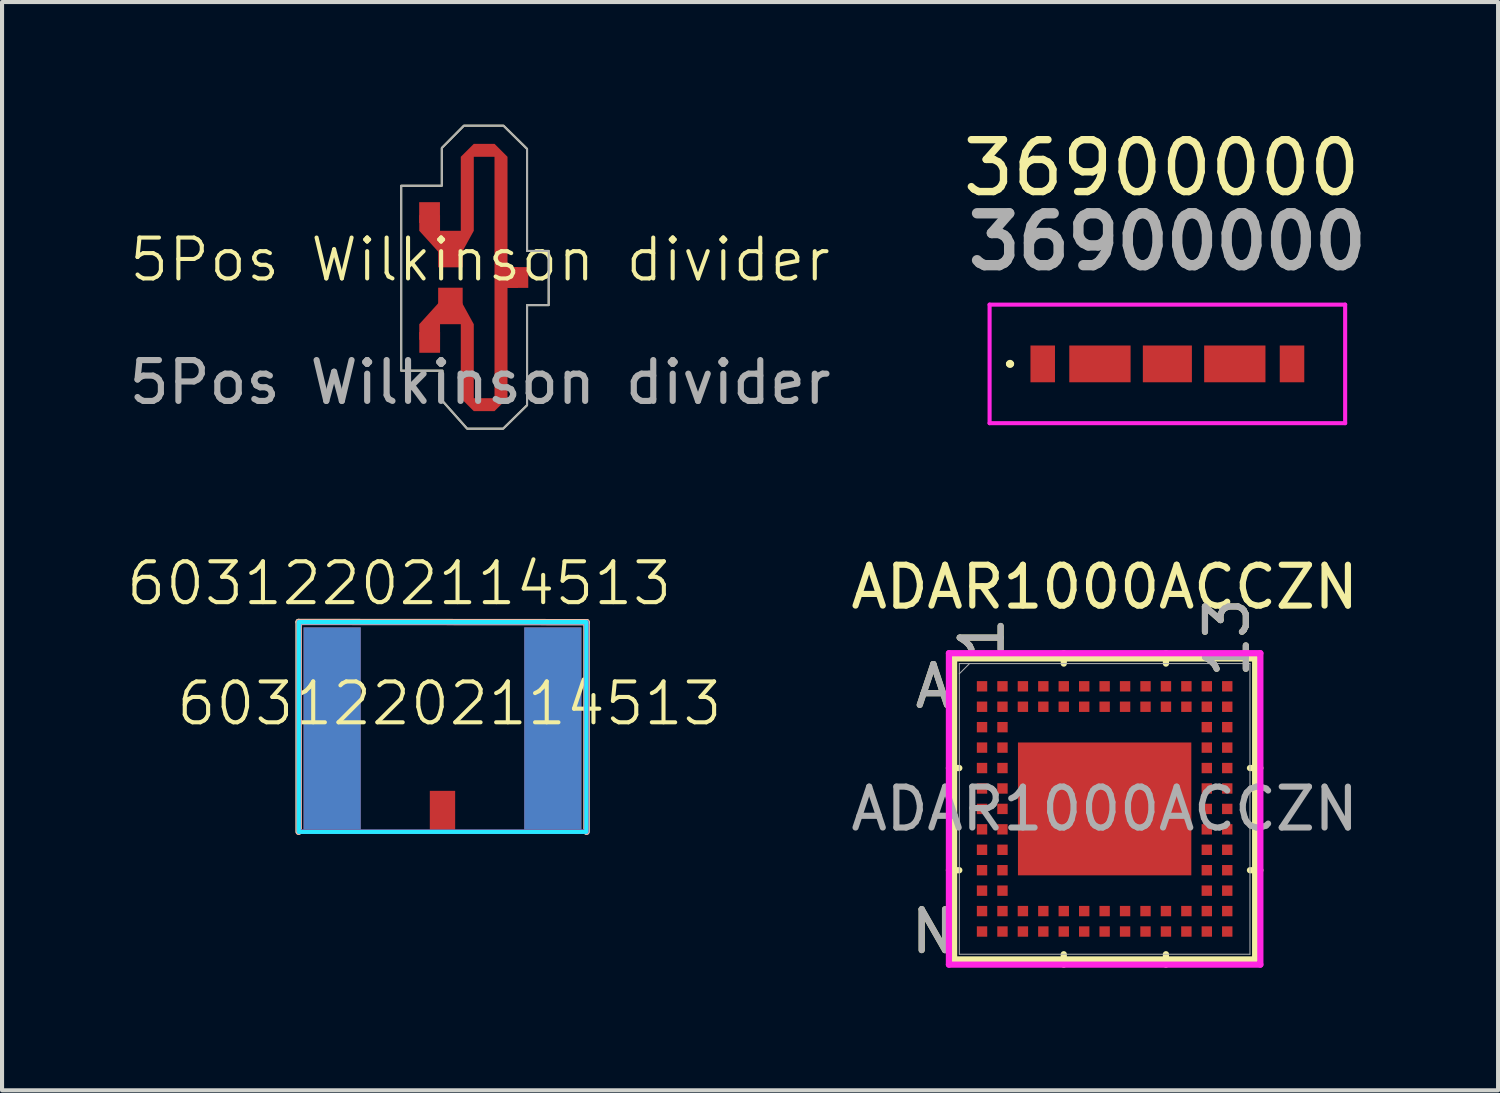
<source format=kicad_pcb>
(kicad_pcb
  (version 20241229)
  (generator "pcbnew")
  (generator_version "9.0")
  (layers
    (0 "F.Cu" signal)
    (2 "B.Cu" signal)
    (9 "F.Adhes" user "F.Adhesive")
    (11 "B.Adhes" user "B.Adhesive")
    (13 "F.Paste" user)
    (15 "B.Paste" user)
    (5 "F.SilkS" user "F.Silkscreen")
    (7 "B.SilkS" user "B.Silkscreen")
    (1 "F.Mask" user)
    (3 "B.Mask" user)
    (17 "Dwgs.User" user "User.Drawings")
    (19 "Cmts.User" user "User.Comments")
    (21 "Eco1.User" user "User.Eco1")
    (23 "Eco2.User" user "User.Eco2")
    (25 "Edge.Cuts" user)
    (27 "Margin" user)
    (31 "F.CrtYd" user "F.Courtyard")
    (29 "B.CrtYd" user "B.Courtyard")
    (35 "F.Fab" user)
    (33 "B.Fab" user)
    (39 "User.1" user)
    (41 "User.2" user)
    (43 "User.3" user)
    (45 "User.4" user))
  (footprint "ADAR1000ACCZN"
    (layer "F.Cu")
    (at 23.979 16.743)
    (property "Reference" "ADAR1000ACCZN" (at 0 -5.43 0) (unlocked yes) (layer "F.SilkS") (effects (font (size 1 1) (thickness 0.15))))
    (attr smd)
    (fp_line (start -3.683 -3.683) (end -3.683 3.683) (stroke (width 0.152) (type solid)) (layer "F.SilkS"))
    (fp_line (start -3.683 3.683) (end 3.683 3.683) (stroke (width 0.152) (type solid)) (layer "F.SilkS"))
    (fp_line (start -3.556 -1) (end -3.81 -1) (stroke (width 0.152) (type solid)) (layer "F.SilkS"))
    (fp_line (start -3.556 1.5) (end -3.81 1.5) (stroke (width 0.152) (type solid)) (layer "F.SilkS"))
    (fp_line (start -1 -3.556) (end -1 -3.81) (stroke (width 0.152) (type solid)) (layer "F.SilkS"))
    (fp_line (start -1 3.556) (end -1 3.81) (stroke (width 0.152) (type solid)) (layer "F.SilkS"))
    (fp_line (start 1.5 -3.556) (end 1.5 -3.81) (stroke (width 0.152) (type solid)) (layer "F.SilkS"))
    (fp_line (start 1.5 3.556) (end 1.5 3.81) (stroke (width 0.152) (type solid)) (layer "F.SilkS"))
    (fp_line (start 3.556 -1) (end 3.81 -1) (stroke (width 0.152) (type solid)) (layer "F.SilkS"))
    (fp_line (start 3.556 1.5) (end 3.81 1.5) (stroke (width 0.152) (type solid)) (layer "F.SilkS"))
    (fp_line (start 3.683 -3.683) (end -3.683 -3.683) (stroke (width 0.152) (type solid)) (layer "F.SilkS"))
    (fp_line (start 3.683 3.683) (end 3.683 -3.683) (stroke (width 0.152) (type solid)) (layer "F.SilkS"))
    (fp_line (start -3.81 -3.81) (end 3.81 -3.81) (stroke (width 0.152) (type solid)) (layer "F.CrtYd"))
    (fp_line (start -3.81 3.81) (end -3.81 -3.81) (stroke (width 0.152) (type solid)) (layer "F.CrtYd"))
    (fp_line (start 3.81 -3.81) (end 3.81 3.81) (stroke (width 0.152) (type solid)) (layer "F.CrtYd"))
    (fp_line (start 3.81 3.81) (end -3.81 3.81) (stroke (width 0.152) (type solid)) (layer "F.CrtYd"))
    (fp_line (start -3.556 -3.556) (end -3.556 3.556) (stroke (width 0.025) (type solid)) (layer "F.Fab"))
    (fp_line (start -3.556 3.556) (end 3.556 3.556) (stroke (width 0.025) (type solid)) (layer "F.Fab"))
    (fp_line (start -3.306 -3.556) (end -3.556 -3.306) (stroke (width 0.025) (type solid)) (layer "F.Fab"))
    (fp_line (start 3.556 -3.556) (end -3.556 -3.556) (stroke (width 0.025) (type solid)) (layer "F.Fab"))
    (fp_line (start 3.556 3.556) (end 3.556 -3.556) (stroke (width 0.025) (type solid)) (layer "F.Fab"))
    (fp_text user "13" (at 3 -4.191 90) (unlocked yes) (layer "F.SilkS") (effects (font (size 1 1) (thickness 0.15))))
    (fp_text user "A" (at -4.191 -3 0) (unlocked yes) (layer "F.SilkS") (effects (font (size 1 1) (thickness 0.15))))
    (fp_text user "1" (at -3 -4.191 90) (unlocked yes) (layer "F.SilkS") (effects (font (size 1 1) (thickness 0.15))))
    (fp_text user "N" (at -4.191 3 0) (unlocked yes) (layer "F.SilkS") (effects (font (size 1 1) (thickness 0.15))))
    (fp_text user "1" (at -3 -4.191 90) (unlocked yes) (layer "F.Fab") (effects (font (size 1 1) (thickness 0.15))))
    (fp_text user "13" (at 3 -4.191 90) (unlocked yes) (layer "F.Fab") (effects (font (size 1 1) (thickness 0.15))))
    (fp_text user "A" (at -4.191 -3 0) (unlocked yes) (layer "F.Fab") (effects (font (size 1 1) (thickness 0.15))))
    (fp_text user "N" (at -4.191 3 0) (unlocked yes) (layer "F.Fab") (effects (font (size 1 1) (thickness 0.15))))
    (fp_text user "${REFERENCE}" (at 0 0 0) (unlocked yes) (layer "F.Fab") (effects (font (size 1 1) (thickness 0.15))))
    (pad "89" smd rect (at 0 0) (size 4.242 3.251) (layers "F.Cu" "F.Mask" "F.Paste"))
    (pad "A1" smd rect (at -3 -3) (size 0.254 0.254) (layers "F.Cu" "F.Mask" "F.Paste"))
    (pad "A2" smd rect (at -2.5 -3) (size 0.254 0.254) (layers "F.Cu" "F.Mask" "F.Paste"))
    (pad "A3" smd rect (at -2 -3) (size 0.254 0.254) (layers "F.Cu" "F.Mask" "F.Paste"))
    (pad "A4" smd rect (at -1.5 -3) (size 0.254 0.254) (layers "F.Cu" "F.Mask" "F.Paste"))
    (pad "A5" smd rect (at -1 -3) (size 0.254 0.254) (layers "F.Cu" "F.Mask" "F.Paste"))
    (pad "A6" smd rect (at -0.5 -3) (size 0.254 0.254) (layers "F.Cu" "F.Mask" "F.Paste"))
    (pad "A7" smd rect (at 0 -3) (size 0.254 0.254) (layers "F.Cu" "F.Mask" "F.Paste"))
    (pad "A8" smd rect (at 0.5 -3) (size 0.254 0.254) (layers "F.Cu" "F.Mask" "F.Paste"))
    (pad "A9" smd rect (at 1 -3) (size 0.254 0.254) (layers "F.Cu" "F.Mask" "F.Paste"))
    (pad "A10" smd rect (at 1.5 -3) (size 0.254 0.254) (layers "F.Cu" "F.Mask" "F.Paste"))
    (pad "A11" smd rect (at 2 -3) (size 0.254 0.254) (layers "F.Cu" "F.Mask" "F.Paste"))
    (pad "A12" smd rect (at 2.5 -3) (size 0.254 0.254) (layers "F.Cu" "F.Mask" "F.Paste"))
    (pad "A13" smd rect (at 3 -3) (size 0.254 0.254) (layers "F.Cu" "F.Mask" "F.Paste"))
    (pad "B1" smd rect (at -3 -2.5) (size 0.254 0.254) (layers "F.Cu" "F.Mask" "F.Paste"))
    (pad "B2" smd rect (at -2.5 -2.5) (size 0.254 0.254) (layers "F.Cu" "F.Mask" "F.Paste"))
    (pad "B3" smd rect (at -2 -2.5) (size 0.254 0.254) (layers "F.Cu" "F.Mask" "F.Paste"))
    (pad "B4" smd rect (at -1.5 -2.5) (size 0.254 0.254) (layers "F.Cu" "F.Mask" "F.Paste"))
    (pad "B5" smd rect (at -1 -2.5) (size 0.254 0.254) (layers "F.Cu" "F.Mask" "F.Paste"))
    (pad "B6" smd rect (at -0.5 -2.5) (size 0.254 0.254) (layers "F.Cu" "F.Mask" "F.Paste"))
    (pad "B7" smd rect (at 0 -2.5) (size 0.254 0.254) (layers "F.Cu" "F.Mask" "F.Paste"))
    (pad "B8" smd rect (at 0.5 -2.5) (size 0.254 0.254) (layers "F.Cu" "F.Mask" "F.Paste"))
    (pad "B9" smd rect (at 1 -2.5) (size 0.254 0.254) (layers "F.Cu" "F.Mask" "F.Paste"))
    (pad "B10" smd rect (at 1.5 -2.5) (size 0.254 0.254) (layers "F.Cu" "F.Mask" "F.Paste"))
    (pad "B11" smd rect (at 2 -2.5) (size 0.254 0.254) (layers "F.Cu" "F.Mask" "F.Paste"))
    (pad "B12" smd rect (at 2.5 -2.5) (size 0.254 0.254) (layers "F.Cu" "F.Mask" "F.Paste"))
    (pad "B13" smd rect (at 3 -2.5) (size 0.254 0.254) (layers "F.Cu" "F.Mask" "F.Paste"))
    (pad "C1" smd rect (at -3 -2) (size 0.254 0.254) (layers "F.Cu" "F.Mask" "F.Paste"))
    (pad "C2" smd rect (at -2.5 -2) (size 0.254 0.254) (layers "F.Cu" "F.Mask" "F.Paste"))
    (pad "C12" smd rect (at 2.5 -2) (size 0.254 0.254) (layers "F.Cu" "F.Mask" "F.Paste"))
    (pad "C13" smd rect (at 3 -2) (size 0.254 0.254) (layers "F.Cu" "F.Mask" "F.Paste"))
    (pad "D1" smd rect (at -3 -1.5) (size 0.254 0.254) (layers "F.Cu" "F.Mask" "F.Paste"))
    (pad "D2" smd rect (at -2.5 -1.5) (size 0.254 0.254) (layers "F.Cu" "F.Mask" "F.Paste"))
    (pad "D12" smd rect (at 2.5 -1.5) (size 0.254 0.254) (layers "F.Cu" "F.Mask" "F.Paste"))
    (pad "D13" smd rect (at 3 -1.5) (size 0.254 0.254) (layers "F.Cu" "F.Mask" "F.Paste"))
    (pad "E1" smd rect (at -3 -1) (size 0.254 0.254) (layers "F.Cu" "F.Mask" "F.Paste"))
    (pad "E2" smd rect (at -2.5 -1) (size 0.254 0.254) (layers "F.Cu" "F.Mask" "F.Paste"))
    (pad "E12" smd rect (at 2.5 -1) (size 0.254 0.254) (layers "F.Cu" "F.Mask" "F.Paste"))
    (pad "E13" smd rect (at 3 -1) (size 0.254 0.254) (layers "F.Cu" "F.Mask" "F.Paste"))
    (pad "F1" smd rect (at -3 -0.5) (size 0.254 0.254) (layers "F.Cu" "F.Mask" "F.Paste"))
    (pad "F2" smd rect (at -2.5 -0.5) (size 0.254 0.254) (layers "F.Cu" "F.Mask" "F.Paste"))
    (pad "F12" smd rect (at 2.5 -0.5) (size 0.254 0.254) (layers "F.Cu" "F.Mask" "F.Paste"))
    (pad "F13" smd rect (at 3 -0.5) (size 0.254 0.254) (layers "F.Cu" "F.Mask" "F.Paste"))
    (pad "G1" smd rect (at -3 0) (size 0.254 0.254) (layers "F.Cu" "F.Mask" "F.Paste"))
    (pad "G2" smd rect (at -2.5 0) (size 0.254 0.254) (layers "F.Cu" "F.Mask" "F.Paste"))
    (pad "G12" smd rect (at 2.5 0) (size 0.254 0.254) (layers "F.Cu" "F.Mask" "F.Paste"))
    (pad "G13" smd rect (at 3 0) (size 0.254 0.254) (layers "F.Cu" "F.Mask" "F.Paste"))
    (pad "H1" smd rect (at -3 0.5) (size 0.254 0.254) (layers "F.Cu" "F.Mask" "F.Paste"))
    (pad "H2" smd rect (at -2.5 0.5) (size 0.254 0.254) (layers "F.Cu" "F.Mask" "F.Paste"))
    (pad "H12" smd rect (at 2.5 0.5) (size 0.254 0.254) (layers "F.Cu" "F.Mask" "F.Paste"))
    (pad "H13" smd rect (at 3 0.5) (size 0.254 0.254) (layers "F.Cu" "F.Mask" "F.Paste"))
    (pad "J1" smd rect (at -3 1) (size 0.254 0.254) (layers "F.Cu" "F.Mask" "F.Paste"))
    (pad "J2" smd rect (at -2.5 1) (size 0.254 0.254) (layers "F.Cu" "F.Mask" "F.Paste"))
    (pad "J12" smd rect (at 2.5 1) (size 0.254 0.254) (layers "F.Cu" "F.Mask" "F.Paste"))
    (pad "J13" smd rect (at 3 1) (size 0.254 0.254) (layers "F.Cu" "F.Mask" "F.Paste"))
    (pad "K1" smd rect (at -3 1.5) (size 0.254 0.254) (layers "F.Cu" "F.Mask" "F.Paste"))
    (pad "K2" smd rect (at -2.5 1.5) (size 0.254 0.254) (layers "F.Cu" "F.Mask" "F.Paste"))
    (pad "K12" smd rect (at 2.5 1.5) (size 0.254 0.254) (layers "F.Cu" "F.Mask" "F.Paste"))
    (pad "K13" smd rect (at 3 1.5) (size 0.254 0.254) (layers "F.Cu" "F.Mask" "F.Paste"))
    (pad "L1" smd rect (at -3 2) (size 0.254 0.254) (layers "F.Cu" "F.Mask" "F.Paste"))
    (pad "L2" smd rect (at -2.5 2) (size 0.254 0.254) (layers "F.Cu" "F.Mask" "F.Paste"))
    (pad "L12" smd rect (at 2.5 2) (size 0.254 0.254) (layers "F.Cu" "F.Mask" "F.Paste"))
    (pad "L13" smd rect (at 3 2) (size 0.254 0.254) (layers "F.Cu" "F.Mask" "F.Paste"))
    (pad "M1" smd rect (at -3 2.5) (size 0.254 0.254) (layers "F.Cu" "F.Mask" "F.Paste"))
    (pad "M2" smd rect (at -2.5 2.5) (size 0.254 0.254) (layers "F.Cu" "F.Mask" "F.Paste"))
    (pad "M3" smd rect (at -2 2.5) (size 0.254 0.254) (layers "F.Cu" "F.Mask" "F.Paste"))
    (pad "M4" smd rect (at -1.5 2.5) (size 0.254 0.254) (layers "F.Cu" "F.Mask" "F.Paste"))
    (pad "M5" smd rect (at -1 2.5) (size 0.254 0.254) (layers "F.Cu" "F.Mask" "F.Paste"))
    (pad "M6" smd rect (at -0.5 2.5) (size 0.254 0.254) (layers "F.Cu" "F.Mask" "F.Paste"))
    (pad "M7" smd rect (at 0 2.5) (size 0.254 0.254) (layers "F.Cu" "F.Mask" "F.Paste"))
    (pad "M8" smd rect (at 0.5 2.5) (size 0.254 0.254) (layers "F.Cu" "F.Mask" "F.Paste"))
    (pad "M9" smd rect (at 1 2.5) (size 0.254 0.254) (layers "F.Cu" "F.Mask" "F.Paste"))
    (pad "M10" smd rect (at 1.5 2.5) (size 0.254 0.254) (layers "F.Cu" "F.Mask" "F.Paste"))
    (pad "M11" smd rect (at 2 2.5) (size 0.254 0.254) (layers "F.Cu" "F.Mask" "F.Paste"))
    (pad "M12" smd rect (at 2.5 2.5) (size 0.254 0.254) (layers "F.Cu" "F.Mask" "F.Paste"))
    (pad "M13" smd rect (at 3 2.5) (size 0.254 0.254) (layers "F.Cu" "F.Mask" "F.Paste"))
    (pad "N1" smd rect (at -3 3) (size 0.254 0.254) (layers "F.Cu" "F.Mask" "F.Paste"))
    (pad "N2" smd rect (at -2.5 3) (size 0.254 0.254) (layers "F.Cu" "F.Mask" "F.Paste"))
    (pad "N3" smd rect (at -2 3) (size 0.254 0.254) (layers "F.Cu" "F.Mask" "F.Paste"))
    (pad "N4" smd rect (at -1.5 3) (size 0.254 0.254) (layers "F.Cu" "F.Mask" "F.Paste"))
    (pad "N5" smd rect (at -1 3) (size 0.254 0.254) (layers "F.Cu" "F.Mask" "F.Paste"))
    (pad "N6" smd rect (at -0.5 3) (size 0.254 0.254) (layers "F.Cu" "F.Mask" "F.Paste"))
    (pad "N7" smd rect (at 0 3) (size 0.254 0.254) (layers "F.Cu" "F.Mask" "F.Paste"))
    (pad "N8" smd rect (at 0.5 3) (size 0.254 0.254) (layers "F.Cu" "F.Mask" "F.Paste"))
    (pad "N9" smd rect (at 1 3) (size 0.254 0.254) (layers "F.Cu" "F.Mask" "F.Paste"))
    (pad "N10" smd rect (at 1.5 3) (size 0.254 0.254) (layers "F.Cu" "F.Mask" "F.Paste"))
    (pad "N11" smd rect (at 2 3) (size 0.254 0.254) (layers "F.Cu" "F.Mask" "F.Paste"))
    (pad "N12" smd rect (at 2.5 3) (size 0.254 0.254) (layers "F.Cu" "F.Mask" "F.Paste"))
    (pad "N13" smd rect (at 3 3) (size 0.254 0.254) (layers "F.Cu" "F.Mask" "F.Paste")))
  (footprint "36900000"
    (layer "F.Cu")
    (at 25.514 5.854)
    (property "Reference" "36900000" (at -0.14 -4.795 0) (layer "F.SilkS") (effects (font (size 1.27 1.27) (thickness 0.18))))
    (attr smd)
    (fp_line (start -3.9 0) (end -3.9 0) (stroke (width 0.1) (type solid)) (layer "F.SilkS"))
    (fp_line (start -3.8 0) (end -3.8 0) (stroke (width 0.1) (type solid)) (layer "F.SilkS"))
    (fp_arc (start -3.9 0) (mid -3.85 -0.05) (end -3.8 0) (stroke (width 0.1) (type solid)) (layer "F.SilkS"))
    (fp_arc (start -3.8 0) (mid -3.85 0.05) (end -3.9 0) (stroke (width 0.1) (type solid)) (layer "F.SilkS"))
    (fp_line (start -4.35 -1.45) (end 4.35 -1.45) (stroke (width 0.1) (type solid)) (layer "F.CrtYd"))
    (fp_line (start -4.35 1.45) (end -4.35 -1.45) (stroke (width 0.1) (type solid)) (layer "F.CrtYd"))
    (fp_line (start 4.35 -1.45) (end 4.35 1.45) (stroke (width 0.1) (type solid)) (layer "F.CrtYd"))
    (fp_line (start 4.35 1.45) (end -4.35 1.45) (stroke (width 0.1) (type solid)) (layer "F.CrtYd"))
    (fp_text user "${REFERENCE}" (at 0 -2.99 0) (layer "F.Fab") (effects (font (size 1.27 1.27) (thickness 0.254))))
    (pad "1" smd rect (at -3.05 0) (size 0.6 0.9) (layers "F.Cu" "F.Mask" "F.Paste"))
    (pad "2" smd rect (at -1.65 0 90) (size 0.9 1.5) (layers "F.Cu" "F.Mask" "F.Paste"))
    (pad "3" smd rect (at 0 0 90) (size 0.9 1.2) (layers "F.Cu" "F.Mask" "F.Paste"))
    (pad "4" smd rect (at 1.65 0 90) (size 0.9 1.5) (layers "F.Cu" "F.Mask" "F.Paste"))
    (pad "5" smd rect (at 3.05 0) (size 0.6 0.9) (layers "F.Cu" "F.Mask" "F.Paste")))
  (footprint "60312202114513"
    (layer "F.Cu")
    (at 7.772 12.066)
    (property "Reference" "60312202114513" (at -1.055 -0.84 0) (unlocked yes) (layer "F.SilkS") (effects (font (size 1 1) (thickness 0.1))))
    (attr smd)
    (fp_line (start -3.515 0.1) (end 3.53 0.105) (stroke (width 0.15) (type default)) (layer "F.SilkS"))
    (fp_line (start -3.515 5.235) (end -3.515 0.1) (stroke (width 0.15) (type default)) (layer "F.SilkS"))
    (fp_line (start 3.53 0.105) (end 3.53 5.235) (stroke (width 0.15) (type default)) (layer "F.SilkS"))
    (fp_line (start -3.515 0.105) (end 3.53 0.11) (stroke (width 0.15) (type default)) (layer "B.SilkS"))
    (fp_line (start -3.515 5.24) (end -3.515 0.105) (stroke (width 0.15) (type default)) (layer "B.SilkS"))
    (fp_line (start 3.53 0.11) (end 3.53 5.24) (stroke (width 0.15) (type default)) (layer "B.SilkS"))
    (fp_rect (start -3.51 0.105) (end 3.525 5.24) (stroke (width 0.1) (type solid)) (fill no) (layer "B.CrtYd"))
    (fp_rect (start -3.505 0.105) (end 3.525 5.24) (stroke (width 0.1) (type solid)) (fill no) (layer "F.CrtYd"))
    (fp_rect (start -3.51 0.105) (end 3.535 5.225) (stroke (width 0.1) (type solid)) (fill no) (layer "B.Fab"))
    (fp_rect (start -3.505 0.115) (end 3.52 5.24) (stroke (width 0.1) (type solid)) (fill no) (layer "F.Fab"))
    (fp_text user "${REFERENCE}" (at 0.175 2.1 0) (unlocked yes) (layer "F.SilkS") (effects (font (size 1 1) (thickness 0.1))))
    (pad "1" smd rect (at 0.005 4.735) (size 0.62 1) (layers "F.Cu" "F.Mask" "F.Paste"))
    (pad "2" smd rect (at -2.695 2.735) (size 1.4 5) (layers "F.Cu" "F.Mask" "F.Paste"))
    (pad "3" smd rect (at 2.705 2.735) (size 1.4 5) (layers "F.Cu" "F.Mask" "F.Paste"))
    (pad "4" smd rect (at -2.695 2.735) (size 1.4 5) (layers "B.Cu" "B.Mask" "B.Paste"))
    (pad "5" smd rect (at 2.705 2.735) (size 1.4 5) (layers "B.Cu" "B.Mask" "B.Paste")))
  (footprint "5Pos Wilkinson divider"
    (layer "F.Cu")
    (at 8.696 3.805)
    (property "Reference" "5Pos Wilkinson divider" (at 0 -0.5 0) (unlocked yes) (layer "F.SilkS") (effects (font (size 1 1) (thickness 0.1))))
    (attr smd)
    (fp_poly (pts (xy -1.495 -2.31) (xy -0.935 -2.31) (xy -0.935 -3.235) (xy -0.395 -3.78) (xy 0.574 -3.78) (xy 1.15 -3.212) (xy 1.15 -0.715) (xy 1.68 -0.715) (xy 1.68 0.61) (xy 1.15 0.61) (xy 1.15 3.06) (xy 0.565 3.635) (xy -0.315 3.635) (xy -0.92 2.955) (xy -0.92 2.215) (xy -1.93 2.215) (xy -1.93 -2.31)) (stroke (width 0.05) (type solid)) (fill no) (layer "F.SilkS"))
    (fp_poly (pts (xy -1.495 -2.31) (xy -0.935 -2.31) (xy -0.935 -3.235) (xy -0.395 -3.78) (xy 0.574 -3.78) (xy 1.15 -3.212) (xy 1.15 -0.715) (xy 1.68 -0.715) (xy 1.68 0.61) (xy 1.15 0.61) (xy 1.15 3.06) (xy 0.565 3.635) (xy -0.315 3.635) (xy -0.92 2.955) (xy -0.92 2.215) (xy -1.93 2.215) (xy -1.93 -2.31)) (stroke (width 0.05) (type solid)) (fill no) (layer "F.Fab"))
    (fp_text user "${REFERENCE}" (at 0 2.5 0) (unlocked yes) (layer "F.Fab") (effects (font (size 1 1) (thickness 0.15))))
    (pad "1" smd rect (at 0.926 -0.065) (size 0.508 0.508) (layers "F.Cu" "F.Mask" "F.Paste"))
    (pad "2" smd rect (at -1.232 1.523) (size 0.508 0.508) (layers "F.Cu" "F.Mask" "F.Paste"))
    (pad "3" smd rect (at -1.235 -1.654) (size 0.508 0.508) (layers "F.Cu" "F.Mask" "F.Paste"))
    (pad "4" smd rect (at -0.725 0.385) (size 0.6 0.4) (layers "F.Cu" "F.Mask" "F.Paste"))
    (pad "5" smd custom (at -0.725 -0.514) (size 0.6 0.4) (layers "F.Cu" "F.Mask" "F.Paste") (options (anchor rect)) (primitives (gr_poly (pts (xy -0.762 -1.075) (xy -0.254 -1.075) (xy -0.254 -0.694) (xy 0.254 -0.694) (xy 0.254 -2.504) (xy 0.572 -2.821) (xy 1.079 -2.821) (xy 1.397 -2.504) (xy 1.397 0.195) (xy 1.651 0.195) (xy 1.651 0.703) (xy 1.397 0.703) (xy 1.397 3.402) (xy 1.079 3.719) (xy 0.572 3.719) (xy 0.254 3.402) (xy 0.254 1.592) (xy -0.254 1.592) (xy -0.254 1.973) (xy -0.762 1.973) (xy -0.762 1.592) (xy -0.279 1.059) (xy 0.279 1.059) (xy 0.572 1.592) (xy 0.572 3.402) (xy 1.079 3.402) (xy 1.079 -2.504) (xy 0.572 -2.504) (xy 0.572 -0.694) (xy 0.279 -0.161) (xy -0.279 -0.161) (xy -0.762 -0.694)) (width 0.000254) (fill yes)))))
  (gr_rect
    (start -3 -3)
    (end 33.606 23.629)
    (stroke (width 0.1) (type default))
    (fill no)
    (layer "Edge.Cuts")))
</source>
